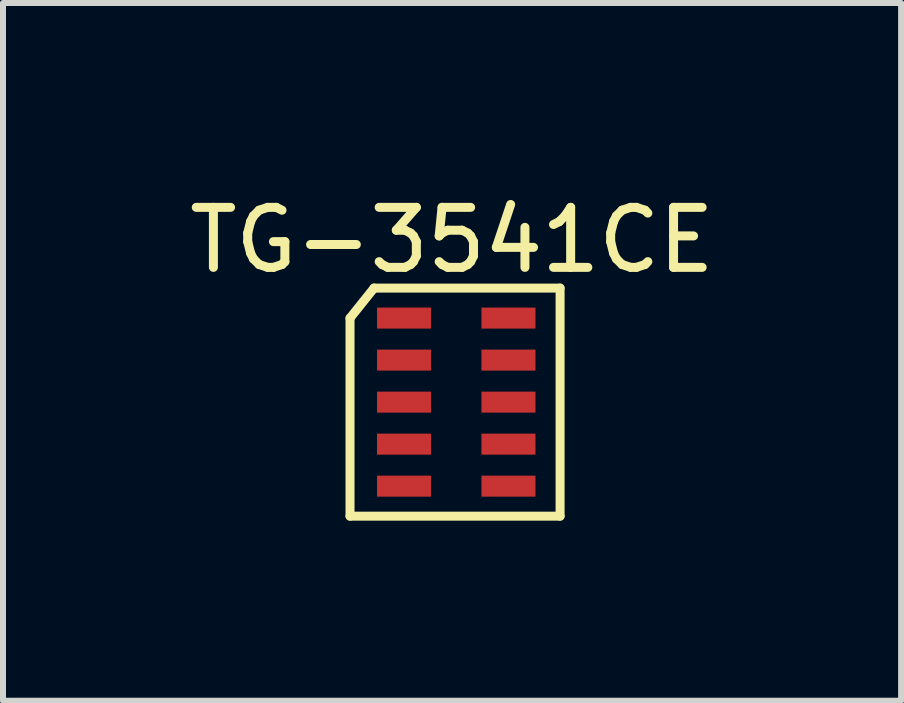
<source format=kicad_pcb>
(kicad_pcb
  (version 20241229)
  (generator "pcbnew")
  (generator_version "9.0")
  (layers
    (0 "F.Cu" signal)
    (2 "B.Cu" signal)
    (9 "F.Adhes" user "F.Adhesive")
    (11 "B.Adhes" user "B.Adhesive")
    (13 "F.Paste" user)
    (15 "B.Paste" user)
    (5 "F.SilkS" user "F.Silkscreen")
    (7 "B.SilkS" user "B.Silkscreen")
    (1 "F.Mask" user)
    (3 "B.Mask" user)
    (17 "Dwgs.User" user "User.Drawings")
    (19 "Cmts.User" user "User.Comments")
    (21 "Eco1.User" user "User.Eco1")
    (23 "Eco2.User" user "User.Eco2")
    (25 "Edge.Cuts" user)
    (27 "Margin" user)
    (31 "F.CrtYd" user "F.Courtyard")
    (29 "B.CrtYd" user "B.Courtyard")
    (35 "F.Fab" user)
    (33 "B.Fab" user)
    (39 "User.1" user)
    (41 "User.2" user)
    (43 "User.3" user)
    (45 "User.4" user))
  (footprint "TG-3541CE"
    (layer "F.Cu")
    (at 6.382 0.25)
    (property "Reference" "TG-3541CE" (at -1.9 0.7 0) (layer "F.SilkS") (effects (font (size 1 1) (thickness 0.15))))
    (attr through_hole)
    (fp_line (start -3.6 2) (end -3.2 1.5) (stroke (width 0.15) (type solid)) (layer "F.SilkS"))
    (fp_line (start -3.6 5.3) (end -3.6 2) (stroke (width 0.15) (type solid)) (layer "F.SilkS"))
    (fp_line (start -3.2 1.5) (end -0.1 1.5) (stroke (width 0.15) (type solid)) (layer "F.SilkS"))
    (fp_line (start -0.1 1.5) (end -0.1 5.3) (stroke (width 0.15) (type solid)) (layer "F.SilkS"))
    (fp_line (start -0.1 5.3) (end -3.6 5.3) (stroke (width 0.15) (type solid)) (layer "F.SilkS"))
    (pad "1" smd rect (at -2.7 2) (size 0.9 0.35) (layers "F.Cu" "F.Mask" "F.Paste"))
    (pad "2" smd rect (at -2.7 2.7) (size 0.9 0.35) (layers "F.Cu" "F.Mask" "F.Paste"))
    (pad "3" smd rect (at -2.7 3.4) (size 0.9 0.35) (layers "F.Cu" "F.Mask" "F.Paste"))
    (pad "4" smd rect (at -2.7 4.1) (size 0.9 0.35) (layers "F.Cu" "F.Mask" "F.Paste"))
    (pad "5" smd rect (at -2.7 4.8) (size 0.9 0.35) (layers "F.Cu" "F.Mask" "F.Paste"))
    (pad "6" smd rect (at -0.96 4.8) (size 0.9 0.35) (layers "F.Cu" "F.Mask" "F.Paste"))
    (pad "7" smd rect (at -0.96 4.1) (size 0.9 0.35) (layers "F.Cu" "F.Mask" "F.Paste"))
    (pad "8" smd rect (at -0.96 3.4) (size 0.9 0.35) (layers "F.Cu" "F.Mask" "F.Paste"))
    (pad "9" smd rect (at -0.96 2.7) (size 0.9 0.35) (layers "F.Cu" "F.Mask" "F.Paste"))
    (pad "10" smd rect (at -0.96 2) (size 0.9 0.35) (layers "F.Cu" "F.Mask" "F.Paste")))
  (gr_rect
    (start -3 -3)
    (end 11.964 8.625)
    (stroke (width 0.1) (type default))
    (fill no)
    (layer "Edge.Cuts")))
</source>
